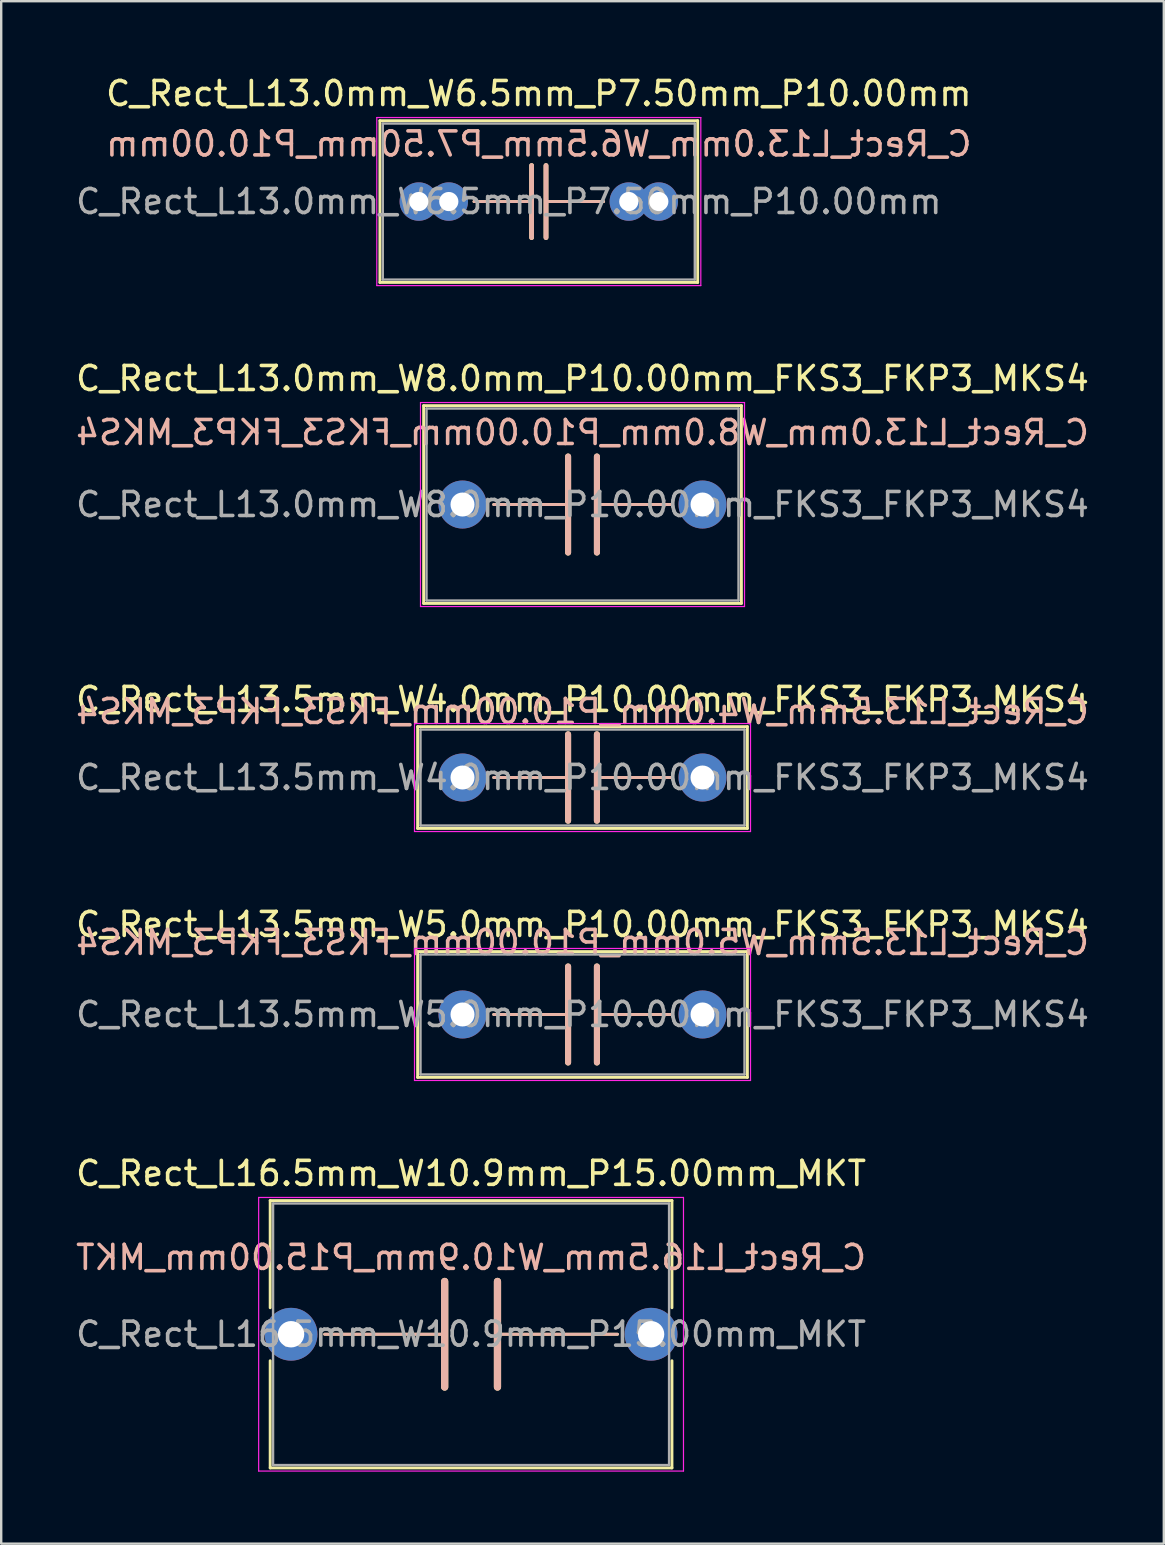
<source format=kicad_pcb>
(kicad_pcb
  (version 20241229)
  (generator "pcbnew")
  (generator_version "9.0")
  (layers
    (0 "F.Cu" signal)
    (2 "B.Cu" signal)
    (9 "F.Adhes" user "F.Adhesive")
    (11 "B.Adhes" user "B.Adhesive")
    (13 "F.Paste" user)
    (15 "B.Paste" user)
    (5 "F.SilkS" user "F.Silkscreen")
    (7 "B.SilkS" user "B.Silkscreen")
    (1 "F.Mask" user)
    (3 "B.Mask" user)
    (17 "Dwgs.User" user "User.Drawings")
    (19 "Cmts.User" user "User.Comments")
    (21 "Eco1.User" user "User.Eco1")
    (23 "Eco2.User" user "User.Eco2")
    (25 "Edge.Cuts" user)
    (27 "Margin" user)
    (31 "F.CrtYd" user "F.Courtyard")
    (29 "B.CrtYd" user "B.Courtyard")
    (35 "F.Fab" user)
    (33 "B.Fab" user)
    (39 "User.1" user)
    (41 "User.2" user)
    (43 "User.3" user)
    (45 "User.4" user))
  (footprint "C_Rect_L13.5mm_W5.0mm_P10.00mm_FKS3_FKP3_MKS4"
    (layer "F.Cu")
    (at 16.22 39.218)
    (property "Reference" "C_Rect_L13.5mm_W5.0mm_P10.00mm_FKS3_FKP3_MKS4" (at 5 -3.75 0) (layer "F.SilkS") (effects (font (size 1 1) (thickness 0.15))))
    (fp_line (start -1.87 -2.62) (end -1.87 2.62) (stroke (width 0.12) (type solid)) (layer "F.SilkS"))
    (fp_line (start -1.87 -2.62) (end 11.87 -2.62) (stroke (width 0.12) (type solid)) (layer "F.SilkS"))
    (fp_line (start -1.87 2.62) (end 11.87 2.62) (stroke (width 0.12) (type solid)) (layer "F.SilkS"))
    (fp_line (start 1.3 0) (end 4.4 0) (stroke (width 0.12) (type solid)) (layer "F.SilkS"))
    (fp_line (start 4.4 2) (end 4.4 -2) (stroke (width 0.25) (type solid)) (layer "F.SilkS"))
    (fp_line (start 5.6 2) (end 5.6 -2) (stroke (width 0.25) (type solid)) (layer "F.SilkS"))
    (fp_line (start 8.7 0) (end 5.6 0) (stroke (width 0.12) (type solid)) (layer "F.SilkS"))
    (fp_line (start 11.87 -2.62) (end 11.87 2.62) (stroke (width 0.12) (type solid)) (layer "F.SilkS"))
    (fp_line (start 1.3 0) (end 4.4 0) (stroke (width 0.12) (type solid)) (layer "B.SilkS"))
    (fp_line (start 4.4 -2) (end 4.4 2) (stroke (width 0.25) (type solid)) (layer "B.SilkS"))
    (fp_line (start 5.6 -2) (end 5.6 2) (stroke (width 0.25) (type solid)) (layer "B.SilkS"))
    (fp_line (start 8.7 0) (end 5.6 0) (stroke (width 0.12) (type solid)) (layer "B.SilkS"))
    (fp_line (start -2 -2.75) (end -2 2.75) (stroke (width 0.05) (type solid)) (layer "F.CrtYd"))
    (fp_line (start -2 2.75) (end 12 2.75) (stroke (width 0.05) (type solid)) (layer "F.CrtYd"))
    (fp_line (start 12 -2.75) (end -2 -2.75) (stroke (width 0.05) (type solid)) (layer "F.CrtYd"))
    (fp_line (start 12 2.75) (end 12 -2.75) (stroke (width 0.05) (type solid)) (layer "F.CrtYd"))
    (fp_line (start -1.75 -2.5) (end -1.75 2.5) (stroke (width 0.1) (type solid)) (layer "F.Fab"))
    (fp_line (start -1.75 2.5) (end 11.75 2.5) (stroke (width 0.1) (type solid)) (layer "F.Fab"))
    (fp_line (start 11.75 -2.5) (end -1.75 -2.5) (stroke (width 0.1) (type solid)) (layer "F.Fab"))
    (fp_line (start 11.75 2.5) (end 11.75 -2.5) (stroke (width 0.1) (type solid)) (layer "F.Fab"))
    (fp_text user "${REFERENCE}" (at 5 -3 0) (layer "B.SilkS") (effects (font (size 1 1) (thickness 0.15)) (justify mirror)))
    (fp_text user "${REFERENCE}" (at 5 0 0) (layer "F.Fab") (effects (font (size 1 1) (thickness 0.15))))
    (pad "1" thru_hole circle (at 0 0) (size 2 2) (drill 1) (layers "*.Cu" "*.Mask"))
    (pad "2" thru_hole circle (at 10 0) (size 2 2) (drill 1) (layers "*.Cu" "*.Mask")))
  (footprint "C_Rect_L16.5mm_W10.9mm_P15.00mm_MKT"
    (layer "F.Cu")
    (at 9.077 52.541)
    (property "Reference" "C_Rect_L16.5mm_W10.9mm_P15.00mm_MKT" (at 7.5 -6.7 0) (layer "F.SilkS") (effects (font (size 1 1) (thickness 0.15))))
    (fp_line (start -0.87 -5.57) (end -0.87 -1.104) (stroke (width 0.12) (type solid)) (layer "F.SilkS"))
    (fp_line (start -0.87 -5.57) (end 15.87 -5.57) (stroke (width 0.12) (type solid)) (layer "F.SilkS"))
    (fp_line (start -0.87 1.104) (end -0.87 5.57) (stroke (width 0.12) (type solid)) (layer "F.SilkS"))
    (fp_line (start -0.87 5.57) (end 15.87 5.57) (stroke (width 0.12) (type solid)) (layer "F.SilkS"))
    (fp_line (start 1.4 0) (end 6.4 0) (stroke (width 0.12) (type solid)) (layer "F.SilkS"))
    (fp_line (start 6.4 -2.2) (end 6.4 2.2) (stroke (width 0.3) (type solid)) (layer "F.SilkS"))
    (fp_line (start 8.6 -2.2) (end 8.6 2.2) (stroke (width 0.3) (type solid)) (layer "F.SilkS"))
    (fp_line (start 8.6 0) (end 13.6 0) (stroke (width 0.12) (type solid)) (layer "F.SilkS"))
    (fp_line (start 15.87 -5.57) (end 15.87 -1.104) (stroke (width 0.12) (type solid)) (layer "F.SilkS"))
    (fp_line (start 15.87 1.104) (end 15.87 5.57) (stroke (width 0.12) (type solid)) (layer "F.SilkS"))
    (fp_line (start 1.4 0) (end 6.4 0) (stroke (width 0.12) (type solid)) (layer "B.SilkS"))
    (fp_line (start 6.4 2.2) (end 6.4 -2.2) (stroke (width 0.3) (type solid)) (layer "B.SilkS"))
    (fp_line (start 8.6 0) (end 13.6 0) (stroke (width 0.12) (type solid)) (layer "B.SilkS"))
    (fp_line (start 8.6 2.2) (end 8.6 -2.2) (stroke (width 0.3) (type solid)) (layer "B.SilkS"))
    (fp_line (start -1.35 -5.7) (end -1.35 5.7) (stroke (width 0.05) (type solid)) (layer "F.CrtYd"))
    (fp_line (start -1.35 5.7) (end 16.35 5.7) (stroke (width 0.05) (type solid)) (layer "F.CrtYd"))
    (fp_line (start 16.35 -5.7) (end -1.35 -5.7) (stroke (width 0.05) (type solid)) (layer "F.CrtYd"))
    (fp_line (start 16.35 5.7) (end 16.35 -5.7) (stroke (width 0.05) (type solid)) (layer "F.CrtYd"))
    (fp_line (start -0.75 -5.45) (end -0.75 5.45) (stroke (width 0.1) (type solid)) (layer "F.Fab"))
    (fp_line (start -0.75 5.45) (end 15.75 5.45) (stroke (width 0.1) (type solid)) (layer "F.Fab"))
    (fp_line (start 15.75 -5.45) (end -0.75 -5.45) (stroke (width 0.1) (type solid)) (layer "F.Fab"))
    (fp_line (start 15.75 5.45) (end 15.75 -5.45) (stroke (width 0.1) (type solid)) (layer "F.Fab"))
    (fp_text user "${REFERENCE}" (at 7.5 -3.2 0) (layer "B.SilkS") (effects (font (size 1 1) (thickness 0.15)) (justify mirror)))
    (fp_text user "${REFERENCE}" (at 7.5 0 0) (layer "F.Fab") (effects (font (size 1 1) (thickness 0.15))))
    (pad "1" thru_hole circle (at 0 0) (size 2.2 2.2) (drill 1.1) (layers "*.Cu" "*.Mask"))
    (pad "2" thru_hole circle (at 15 0) (size 2.2 2.2) (drill 1.1) (layers "*.Cu" "*.Mask")))
  (footprint "C_Rect_L13.5mm_W4.0mm_P10.00mm_FKS3_FKP3_MKS4"
    (layer "F.Cu")
    (at 16.22 29.345)
    (property "Reference" "C_Rect_L13.5mm_W4.0mm_P10.00mm_FKS3_FKP3_MKS4" (at 5 -3.25 0) (layer "F.SilkS") (effects (font (size 1 1) (thickness 0.15))))
    (fp_line (start -1.87 -2.12) (end -1.87 2.12) (stroke (width 0.12) (type solid)) (layer "F.SilkS"))
    (fp_line (start -1.87 -2.12) (end 11.87 -2.12) (stroke (width 0.12) (type solid)) (layer "F.SilkS"))
    (fp_line (start -1.87 2.12) (end 11.87 2.12) (stroke (width 0.12) (type solid)) (layer "F.SilkS"))
    (fp_line (start 1.3 0) (end 4.4 0) (stroke (width 0.12) (type solid)) (layer "F.SilkS"))
    (fp_line (start 4.4 1.8) (end 4.4 -1.8) (stroke (width 0.25) (type solid)) (layer "F.SilkS"))
    (fp_line (start 5.6 1.8) (end 5.6 -1.8) (stroke (width 0.25) (type solid)) (layer "F.SilkS"))
    (fp_line (start 8.7 0) (end 5.6 0) (stroke (width 0.12) (type solid)) (layer "F.SilkS"))
    (fp_line (start 11.87 -2.12) (end 11.87 2.12) (stroke (width 0.12) (type solid)) (layer "F.SilkS"))
    (fp_line (start 1.3 0) (end 4.4 0) (stroke (width 0.12) (type solid)) (layer "B.SilkS"))
    (fp_line (start 4.4 -1.8) (end 4.4 1.8) (stroke (width 0.25) (type solid)) (layer "B.SilkS"))
    (fp_line (start 5.6 -1.8) (end 5.6 1.8) (stroke (width 0.25) (type solid)) (layer "B.SilkS"))
    (fp_line (start 8.7 0) (end 5.6 0) (stroke (width 0.12) (type solid)) (layer "B.SilkS"))
    (fp_line (start -2 -2.25) (end -2 2.25) (stroke (width 0.05) (type solid)) (layer "F.CrtYd"))
    (fp_line (start -2 2.25) (end 12 2.25) (stroke (width 0.05) (type solid)) (layer "F.CrtYd"))
    (fp_line (start 12 -2.25) (end -2 -2.25) (stroke (width 0.05) (type solid)) (layer "F.CrtYd"))
    (fp_line (start 12 2.25) (end 12 -2.25) (stroke (width 0.05) (type solid)) (layer "F.CrtYd"))
    (fp_line (start -1.75 -2) (end -1.75 2) (stroke (width 0.1) (type solid)) (layer "F.Fab"))
    (fp_line (start -1.75 2) (end 11.75 2) (stroke (width 0.1) (type solid)) (layer "F.Fab"))
    (fp_line (start 11.75 -2) (end -1.75 -2) (stroke (width 0.1) (type solid)) (layer "F.Fab"))
    (fp_line (start 11.75 2) (end 11.75 -2) (stroke (width 0.1) (type solid)) (layer "F.Fab"))
    (fp_text user "${REFERENCE}" (at 5 -2.75 0) (layer "B.SilkS") (effects (font (size 1 1) (thickness 0.15)) (justify mirror)))
    (fp_text user "${REFERENCE}" (at 5 0 0) (layer "F.Fab") (effects (font (size 1 1) (thickness 0.15))))
    (pad "1" thru_hole circle (at 0 0) (size 2 2) (drill 1) (layers "*.Cu" "*.Mask"))
    (pad "2" thru_hole circle (at 10 0) (size 2 2) (drill 1) (layers "*.Cu" "*.Mask")))
  (footprint "C_Rect_L13.0mm_W8.0mm_P10.00mm_FKS3_FKP3_MKS4"
    (layer "F.Cu")
    (at 16.22 17.971)
    (property "Reference" "C_Rect_L13.0mm_W8.0mm_P10.00mm_FKS3_FKP3_MKS4" (at 5 -5.25 0) (layer "F.SilkS") (effects (font (size 1 1) (thickness 0.15))))
    (fp_line (start -1.62 -4.12) (end -1.62 4.12) (stroke (width 0.12) (type solid)) (layer "F.SilkS"))
    (fp_line (start -1.62 -4.12) (end 11.62 -4.12) (stroke (width 0.12) (type solid)) (layer "F.SilkS"))
    (fp_line (start -1.62 4.12) (end 11.62 4.12) (stroke (width 0.12) (type solid)) (layer "F.SilkS"))
    (fp_line (start 1.3 0) (end 4.4 0) (stroke (width 0.12) (type solid)) (layer "F.SilkS"))
    (fp_line (start 4.4 2) (end 4.4 -2) (stroke (width 0.25) (type solid)) (layer "F.SilkS"))
    (fp_line (start 5.6 2) (end 5.6 -2) (stroke (width 0.25) (type solid)) (layer "F.SilkS"))
    (fp_line (start 8.7 0) (end 5.6 0) (stroke (width 0.12) (type solid)) (layer "F.SilkS"))
    (fp_line (start 11.62 -4.12) (end 11.62 4.12) (stroke (width 0.12) (type solid)) (layer "F.SilkS"))
    (fp_line (start 1.3 0) (end 4.4 0) (stroke (width 0.12) (type solid)) (layer "B.SilkS"))
    (fp_line (start 4.4 -2) (end 4.4 2) (stroke (width 0.25) (type solid)) (layer "B.SilkS"))
    (fp_line (start 5.6 -2) (end 5.6 2) (stroke (width 0.25) (type solid)) (layer "B.SilkS"))
    (fp_line (start 8.7 0) (end 5.6 0) (stroke (width 0.12) (type solid)) (layer "B.SilkS"))
    (fp_line (start -1.75 -4.25) (end -1.75 4.25) (stroke (width 0.05) (type solid)) (layer "F.CrtYd"))
    (fp_line (start -1.75 4.25) (end 11.75 4.25) (stroke (width 0.05) (type solid)) (layer "F.CrtYd"))
    (fp_line (start 11.75 -4.25) (end -1.75 -4.25) (stroke (width 0.05) (type solid)) (layer "F.CrtYd"))
    (fp_line (start 11.75 4.25) (end 11.75 -4.25) (stroke (width 0.05) (type solid)) (layer "F.CrtYd"))
    (fp_line (start -1.5 -4) (end -1.5 4) (stroke (width 0.1) (type solid)) (layer "F.Fab"))
    (fp_line (start -1.5 4) (end 11.5 4) (stroke (width 0.1) (type solid)) (layer "F.Fab"))
    (fp_line (start 11.5 -4) (end -1.5 -4) (stroke (width 0.1) (type solid)) (layer "F.Fab"))
    (fp_line (start 11.5 4) (end 11.5 -4) (stroke (width 0.1) (type solid)) (layer "F.Fab"))
    (fp_text user "${REFERENCE}" (at 5 -3 0) (layer "B.SilkS") (effects (font (size 1 1) (thickness 0.15)) (justify mirror)))
    (fp_text user "${REFERENCE}" (at 5 0 0) (layer "F.Fab") (effects (font (size 1 1) (thickness 0.15))))
    (pad "1" thru_hole circle (at 0 0) (size 2 2) (drill 1) (layers "*.Cu" "*.Mask"))
    (pad "2" thru_hole circle (at 10 0) (size 2 2) (drill 1) (layers "*.Cu" "*.Mask")))
  (footprint "C_Rect_L13.0mm_W6.5mm_P7.50mm_P10.00mm"
    (layer "F.Cu")
    (at 14.399 5.348)
    (property "Reference" "C_Rect_L13.0mm_W6.5mm_P7.50mm_P10.00mm" (at 5 -4.5 0) (layer "F.SilkS") (effects (font (size 1 1) (thickness 0.15))))
    (fp_line (start -1.62 -3.37) (end -1.62 3.37) (stroke (width 0.12) (type solid)) (layer "F.SilkS"))
    (fp_line (start -1.62 -3.37) (end 11.62 -3.37) (stroke (width 0.12) (type solid)) (layer "F.SilkS"))
    (fp_line (start -1.62 3.37) (end 11.62 3.37) (stroke (width 0.12) (type solid)) (layer "F.SilkS"))
    (fp_line (start 2.3 0) (end 4.7 0) (stroke (width 0.12) (type solid)) (layer "F.SilkS"))
    (fp_line (start 4.7 -1.5) (end 4.7 1.5) (stroke (width 0.2) (type solid)) (layer "F.SilkS"))
    (fp_line (start 5.3 -1.5) (end 5.3 1.5) (stroke (width 0.2) (type solid)) (layer "F.SilkS"))
    (fp_line (start 5.3 0) (end 7.7 0) (stroke (width 0.12) (type solid)) (layer "F.SilkS"))
    (fp_line (start 11.62 -3.37) (end 11.62 3.37) (stroke (width 0.12) (type solid)) (layer "F.SilkS"))
    (fp_line (start 2.3 0) (end 4.7 0) (stroke (width 0.12) (type solid)) (layer "B.SilkS"))
    (fp_line (start 4.7 1.5) (end 4.7 -1.5) (stroke (width 0.2) (type solid)) (layer "B.SilkS"))
    (fp_line (start 5.3 0) (end 7.7 0) (stroke (width 0.12) (type solid)) (layer "B.SilkS"))
    (fp_line (start 5.3 1.5) (end 5.3 -1.5) (stroke (width 0.2) (type solid)) (layer "B.SilkS"))
    (fp_line (start -1.75 -3.5) (end -1.75 3.5) (stroke (width 0.05) (type solid)) (layer "F.CrtYd"))
    (fp_line (start -1.75 3.5) (end 11.75 3.5) (stroke (width 0.05) (type solid)) (layer "F.CrtYd"))
    (fp_line (start 11.75 -3.5) (end -1.75 -3.5) (stroke (width 0.05) (type solid)) (layer "F.CrtYd"))
    (fp_line (start 11.75 3.5) (end 11.75 -3.5) (stroke (width 0.05) (type solid)) (layer "F.CrtYd"))
    (fp_line (start -1.5 -3.25) (end -1.5 3.25) (stroke (width 0.1) (type solid)) (layer "F.Fab"))
    (fp_line (start -1.5 3.25) (end 11.5 3.25) (stroke (width 0.1) (type solid)) (layer "F.Fab"))
    (fp_line (start 11.5 -3.25) (end -1.5 -3.25) (stroke (width 0.1) (type solid)) (layer "F.Fab"))
    (fp_line (start 11.5 3.25) (end 11.5 -3.25) (stroke (width 0.1) (type solid)) (layer "F.Fab"))
    (fp_text user "${REFERENCE}" (at 5 -2.4 0) (layer "B.SilkS") (effects (font (size 1 1) (thickness 0.15)) (justify mirror)))
    (fp_text user "${REFERENCE}" (at 3.75 0 0) (layer "F.Fab") (effects (font (size 1 1) (thickness 0.15))))
    (pad "1" thru_hole circle (at 0 0) (size 1.6 1.6) (drill 0.8) (layers "*.Cu" "*.Mask"))
    (pad "1" thru_hole circle (at 1.25 0) (size 1.6 1.6) (drill 0.8) (layers "*.Cu" "*.Mask"))
    (pad "2" thru_hole circle (at 8.75 0) (size 1.6 1.6) (drill 0.8) (layers "*.Cu" "*.Mask"))
    (pad "2" thru_hole circle (at 10 0) (size 1.6 1.6) (drill 0.8) (layers "*.Cu" "*.Mask")))
  (gr_rect
    (start -3 -3)
    (end 45.44 61.266)
    (stroke (width 0.1) (type default))
    (fill no)
    (layer "Edge.Cuts")))
</source>
